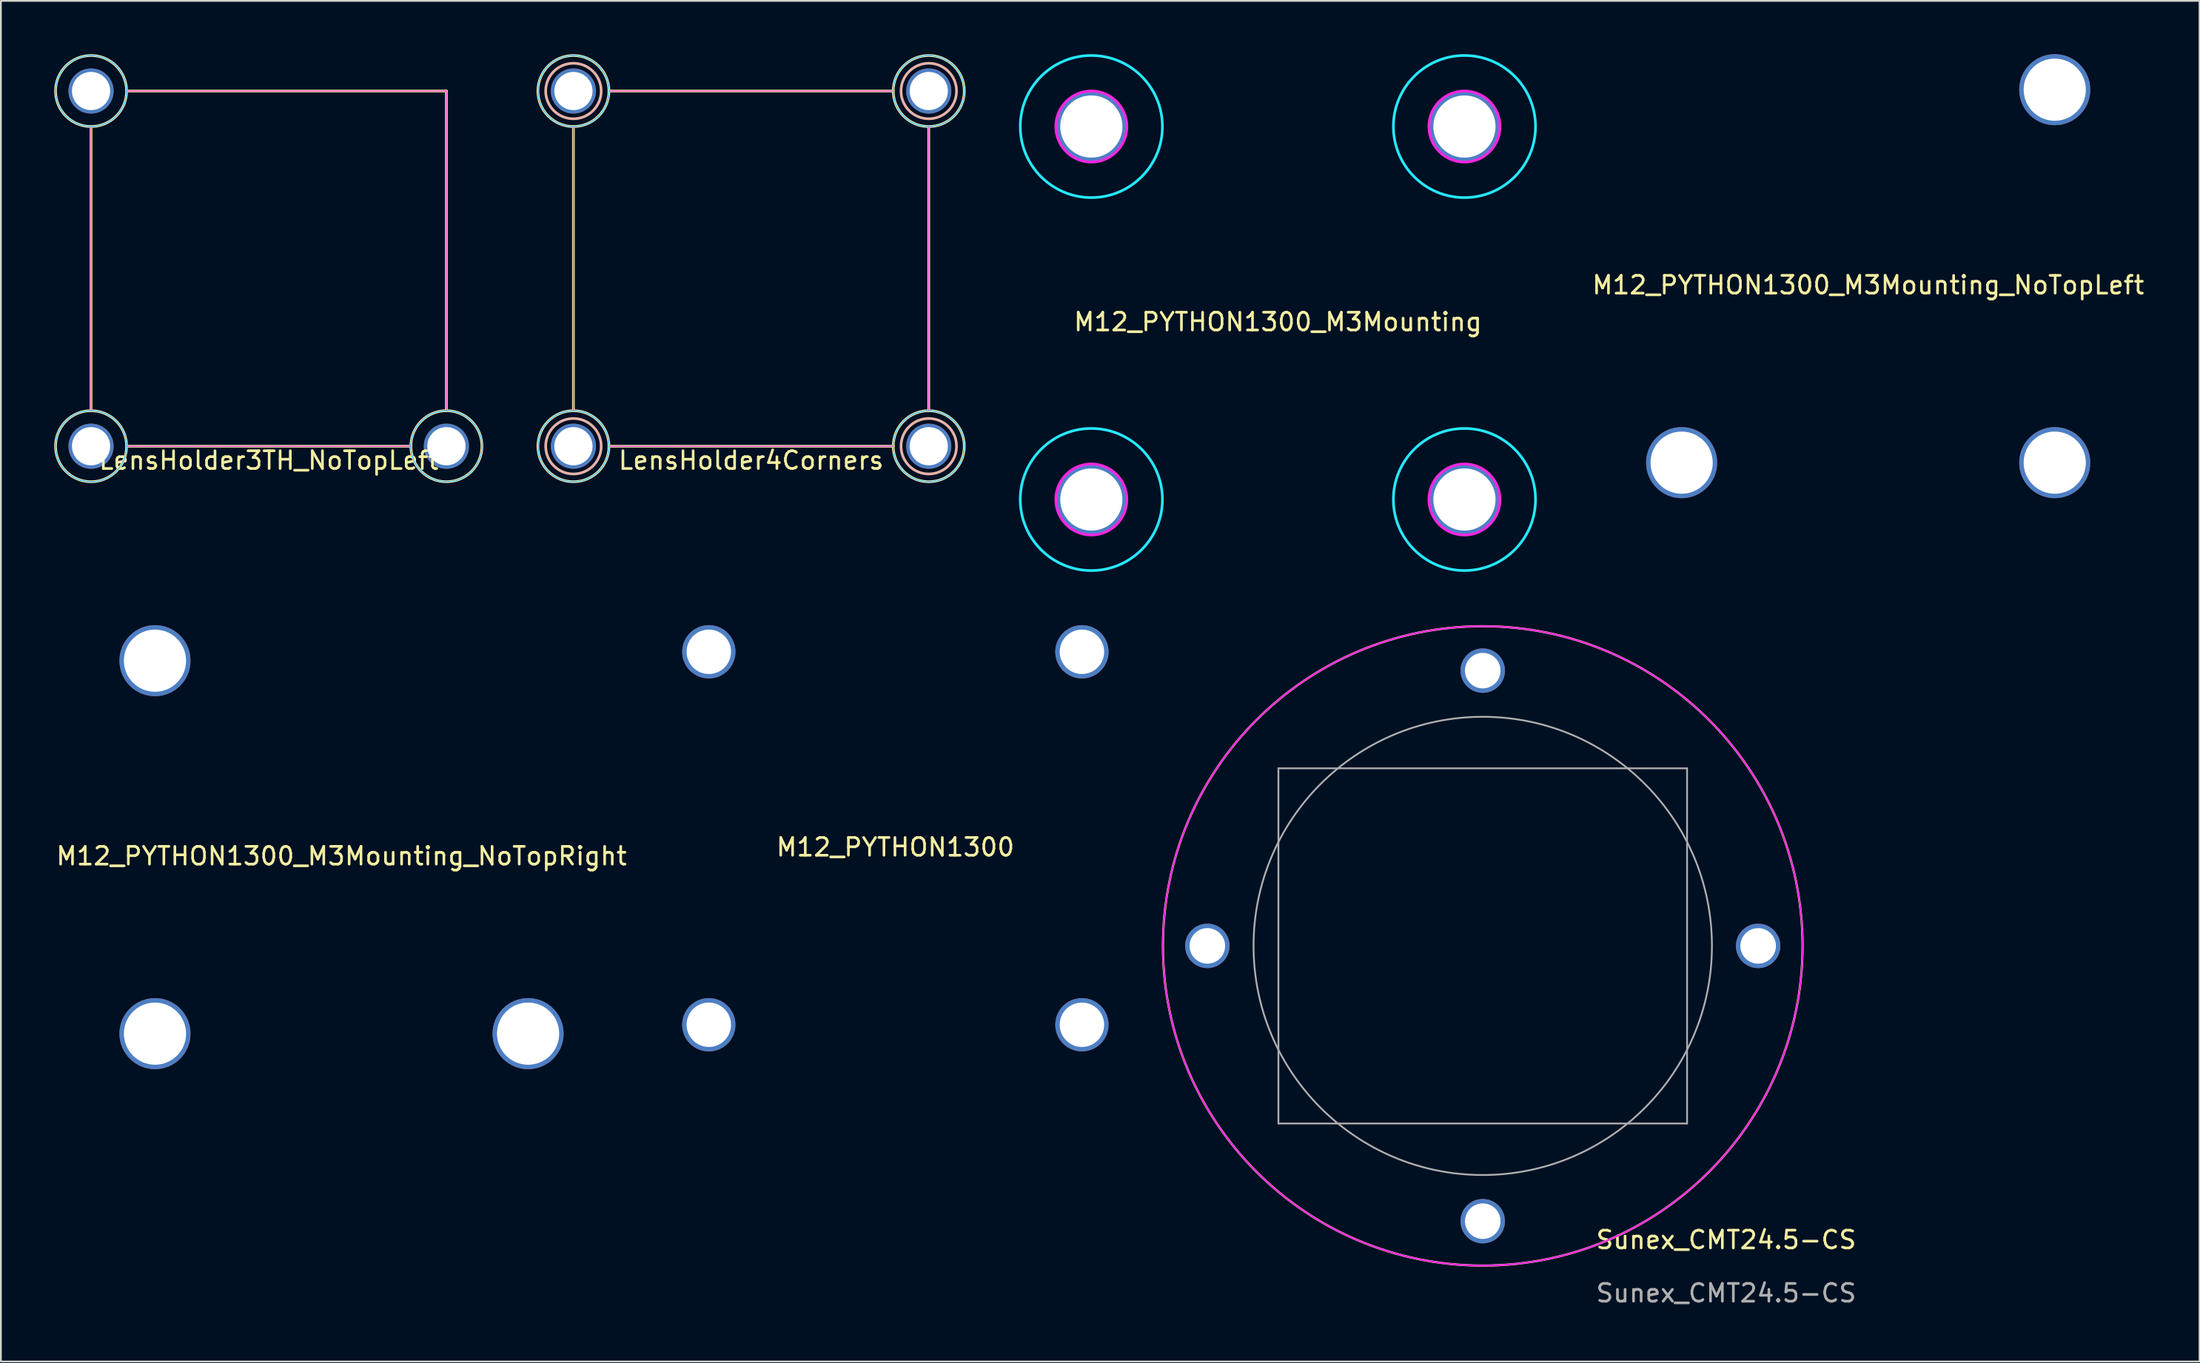
<source format=kicad_pcb>
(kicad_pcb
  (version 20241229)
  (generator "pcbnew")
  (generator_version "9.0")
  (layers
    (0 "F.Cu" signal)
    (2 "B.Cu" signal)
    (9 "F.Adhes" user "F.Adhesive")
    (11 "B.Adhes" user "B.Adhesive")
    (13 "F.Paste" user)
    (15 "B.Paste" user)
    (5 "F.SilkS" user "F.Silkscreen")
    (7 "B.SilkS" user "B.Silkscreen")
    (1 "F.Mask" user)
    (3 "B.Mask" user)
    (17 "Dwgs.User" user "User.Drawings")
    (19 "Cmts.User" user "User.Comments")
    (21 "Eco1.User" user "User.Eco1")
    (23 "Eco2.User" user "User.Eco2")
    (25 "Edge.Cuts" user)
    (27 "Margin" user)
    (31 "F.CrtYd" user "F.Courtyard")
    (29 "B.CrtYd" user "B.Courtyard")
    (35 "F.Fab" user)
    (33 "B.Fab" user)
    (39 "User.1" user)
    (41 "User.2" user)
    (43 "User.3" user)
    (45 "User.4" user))
  (footprint "M12_PYTHON1300_M3Mounting_NoTopLeft"
    (layer "F.Cu")
    (at 102.099 12.5)
    (property "Reference" "M12_PYTHON1300_M3Mounting_NoTopLeft" (at 0 0.5 0) (layer "F.SilkS") (effects (font (size 1 1) (thickness 0.15))))
    (attr through_hole)
    (pad "1" thru_hole circle (at -10.5 10.5) (size 4 4) (drill 3.5) (layers "*.Cu" "*.Mask"))
    (pad "1" thru_hole circle (at 10.5 -10.5) (size 4 4) (drill 3.5) (layers "*.Cu" "*.Mask"))
    (pad "1" thru_hole circle (at 10.5 10.5) (size 4 4) (drill 3.5) (layers "*.Cu" "*.Mask")))
  (footprint "LensHolder4Corners"
    (layer "F.Cu")
    (at 39.225 12.075)
    (property "Reference" "LensHolder4Corners" (at 0 10.8 0) (layer "F.SilkS") (effects (font (size 1 1) (thickness 0.15))))
    (attr through_hole)
    (fp_line (start -10 8) (end -10 -8) (stroke (width 0.15) (type solid)) (layer "F.SilkS"))
    (fp_line (start -8 -10) (end 8 -10) (stroke (width 0.15) (type solid)) (layer "F.SilkS"))
    (fp_line (start -8 10) (end 8 10) (stroke (width 0.15) (type solid)) (layer "F.SilkS"))
    (fp_line (start 10 8) (end 10 -7.9) (stroke (width 0.15) (type solid)) (layer "F.SilkS"))
    (fp_circle (center -10 -10) (end -12 -10) (stroke (width 0.15) (type solid)) (fill no) (layer "F.SilkS"))
    (fp_circle (center -10 10) (end -12 10) (stroke (width 0.15) (type solid)) (fill no) (layer "F.SilkS"))
    (fp_circle (center 10 -10) (end 8 -10) (stroke (width 0.15) (type solid)) (fill no) (layer "F.SilkS"))
    (fp_circle (center 10 10) (end 8 10) (stroke (width 0.15) (type solid)) (fill no) (layer "F.SilkS"))
    (fp_circle (center -10 -10) (end -11 -11.2) (stroke (width 0.15) (type solid)) (fill no) (layer "B.SilkS"))
    (fp_circle (center -10 10) (end -11 8.8) (stroke (width 0.15) (type solid)) (fill no) (layer "B.SilkS"))
    (fp_circle (center 10 -10) (end 9 -11.2) (stroke (width 0.15) (type solid)) (fill no) (layer "B.SilkS"))
    (fp_circle (center 10 10) (end 9 8.8) (stroke (width 0.15) (type solid)) (fill no) (layer "B.SilkS"))
    (fp_circle (center -10 -10) (end -12 -10) (stroke (width 0.05) (type solid)) (fill no) (layer "B.CrtYd"))
    (fp_circle (center -10 10) (end -12 10) (stroke (width 0.05) (type solid)) (fill no) (layer "B.CrtYd"))
    (fp_circle (center 10 -10) (end 8 -10) (stroke (width 0.05) (type solid)) (fill no) (layer "B.CrtYd"))
    (fp_circle (center 10 10) (end 8 10) (stroke (width 0.05) (type solid)) (fill no) (layer "B.CrtYd"))
    (fp_line (start -10 8) (end -10 -8) (stroke (width 0.05) (type solid)) (layer "F.CrtYd"))
    (fp_line (start -8 -10) (end 8 -10) (stroke (width 0.05) (type solid)) (layer "F.CrtYd"))
    (fp_line (start -8 10) (end 8 10) (stroke (width 0.05) (type solid)) (layer "F.CrtYd"))
    (fp_line (start 10 8) (end 10 -8) (stroke (width 0.05) (type solid)) (layer "F.CrtYd"))
    (fp_circle (center -10 -10) (end -12 -10) (stroke (width 0.05) (type solid)) (fill no) (layer "F.CrtYd"))
    (fp_circle (center -10 10) (end -12 10) (stroke (width 0.05) (type solid)) (fill no) (layer "F.CrtYd"))
    (fp_circle (center 10 -10) (end 8 -10) (stroke (width 0.05) (type solid)) (fill no) (layer "F.CrtYd"))
    (fp_circle (center 10 10) (end 8 10) (stroke (width 0.05) (type solid)) (fill no) (layer "F.CrtYd"))
    (pad "HOLE" thru_hole circle (at -10 -10) (size 2.54 2.54) (drill 2.15) (layers "*.Cu" "*.Mask"))
    (pad "HOLE" thru_hole circle (at -10 10) (size 2.54 2.54) (drill 2.15) (layers "*.Cu" "*.Mask"))
    (pad "HOLE" thru_hole circle (at 10 -10) (size 2.54 2.54) (drill 2.15) (layers "*.Cu" "*.Mask"))
    (pad "HOLE" thru_hole circle (at 10 10) (size 2.54 2.54) (drill 2.15) (layers "*.Cu" "*.Mask")))
  (footprint "M12_PYTHON1300_M3Mounting"
    (layer "F.Cu")
    (at 68.875 14.575)
    (property "Reference" "M12_PYTHON1300_M3Mounting" (at 0 0.5 0) (layer "F.SilkS") (effects (font (size 1 1) (thickness 0.15))))
    (attr through_hole)
    (fp_circle (center -10.5 -10.5) (end -6.5 -10.5) (stroke (width 0.15) (type solid)) (fill no) (layer "B.CrtYd"))
    (fp_circle (center -10.5 10.5) (end -6.5 10.5) (stroke (width 0.15) (type solid)) (fill no) (layer "B.CrtYd"))
    (fp_circle (center 10.5 -10.5) (end 14.5 -10.5) (stroke (width 0.15) (type solid)) (fill no) (layer "B.CrtYd"))
    (fp_circle (center 10.5 10.5) (end 14.5 10.5) (stroke (width 0.15) (type solid)) (fill no) (layer "B.CrtYd"))
    (fp_circle (center -10.5 -10.5) (end -8.5 -10.5) (stroke (width 0.15) (type solid)) (fill no) (layer "F.CrtYd"))
    (fp_circle (center -10.5 10.5) (end -8.5 10.5) (stroke (width 0.15) (type solid)) (fill no) (layer "F.CrtYd"))
    (fp_circle (center 10.5 -10.5) (end 12.5 -10.5) (stroke (width 0.15) (type solid)) (fill no) (layer "F.CrtYd"))
    (fp_circle (center 10.5 10.5) (end 12.5 10.5) (stroke (width 0.15) (type solid)) (fill no) (layer "F.CrtYd"))
    (pad "1" thru_hole circle (at -10.5 -10.5) (size 4 4) (drill 3.5) (layers "*.Cu" "*.Mask"))
    (pad "1" thru_hole circle (at -10.5 10.5) (size 4 4) (drill 3.5) (layers "*.Cu" "*.Mask"))
    (pad "1" thru_hole circle (at 10.5 -10.5) (size 4 4) (drill 3.5) (layers "*.Cu" "*.Mask"))
    (pad "1" thru_hole circle (at 10.5 10.5) (size 4 4) (drill 3.5) (layers "*.Cu" "*.Mask")))
  (footprint "LensHolder3TH_NoTopLeft"
    (layer "F.Cu")
    (at 12.075 12.075)
    (property "Reference" "LensHolder3TH_NoTopLeft" (at 0 10.8 0) (layer "F.SilkS") (effects (font (size 1 1) (thickness 0.15))))
    (attr through_hole)
    (fp_line (start -10 8) (end -10 -8) (stroke (width 0.15) (type solid)) (layer "F.SilkS"))
    (fp_line (start -8 -10) (end 10 -10) (stroke (width 0.15) (type solid)) (layer "F.SilkS"))
    (fp_line (start -8 10) (end 8 10) (stroke (width 0.15) (type solid)) (layer "F.SilkS"))
    (fp_line (start 10 8) (end 10 -10) (stroke (width 0.15) (type solid)) (layer "F.SilkS"))
    (fp_circle (center -10 -10) (end -12 -10) (stroke (width 0.15) (type solid)) (fill no) (layer "F.SilkS"))
    (fp_circle (center -10 10) (end -12 10) (stroke (width 0.15) (type solid)) (fill no) (layer "F.SilkS"))
    (fp_circle (center 10 10) (end 8 10) (stroke (width 0.15) (type solid)) (fill no) (layer "F.SilkS"))
    (fp_circle (center -10 -10) (end -12 -10) (stroke (width 0.05) (type solid)) (fill no) (layer "B.CrtYd"))
    (fp_circle (center -10 10) (end -12 10) (stroke (width 0.05) (type solid)) (fill no) (layer "B.CrtYd"))
    (fp_circle (center 10 10) (end 8 10) (stroke (width 0.05) (type solid)) (fill no) (layer "B.CrtYd"))
    (fp_line (start -10 8) (end -10 -8) (stroke (width 0.05) (type solid)) (layer "F.CrtYd"))
    (fp_line (start -8 -10) (end 10 -10) (stroke (width 0.05) (type solid)) (layer "F.CrtYd"))
    (fp_line (start -8 10) (end 8 10) (stroke (width 0.05) (type solid)) (layer "F.CrtYd"))
    (fp_line (start 10 8) (end 10 -10) (stroke (width 0.05) (type solid)) (layer "F.CrtYd"))
    (fp_circle (center -10 -10) (end -12 -10) (stroke (width 0.05) (type solid)) (fill no) (layer "F.CrtYd"))
    (fp_circle (center -10 10) (end -12 10) (stroke (width 0.05) (type solid)) (fill no) (layer "F.CrtYd"))
    (fp_circle (center 10 10) (end 8 10) (stroke (width 0.05) (type solid)) (fill no) (layer "F.CrtYd"))
    (pad "HOLE" thru_hole circle (at -10 -10) (size 2.54 2.54) (drill 2.15) (layers "*.Cu" "*.Mask"))
    (pad "HOLE" thru_hole circle (at -10 10) (size 2.54 2.54) (drill 2.15) (layers "*.Cu" "*.Mask"))
    (pad "HOLE" thru_hole circle (at 10 10) (size 2.54 2.54) (drill 2.15) (layers "*.Cu" "*.Mask")))
  (footprint "Sunex_CMT24.5-CS"
    (layer "F.Cu")
    (at 80.405 50.21)
    (property "Reference" "Sunex_CMT24.5-CS" (at 13.7 16.55 0) (unlocked yes) (layer "F.SilkS") (effects (font (size 1 1) (thickness 0.15))))
    (attr through_hole)
    (fp_circle (center 0 0) (end 18 0) (stroke (width 0.12) (type solid)) (fill no) (layer "F.SilkS"))
    (fp_circle (center 0 0) (end 18 0) (stroke (width 0.1) (type solid)) (fill no) (layer "F.CrtYd"))
    (fp_line (start -11.5 -10) (end 11.5 -10) (stroke (width 0.1) (type solid)) (layer "F.Fab"))
    (fp_line (start -11.5 10) (end -11.5 -10) (stroke (width 0.1) (type solid)) (layer "F.Fab"))
    (fp_line (start -11.5 10) (end 11.5 10) (stroke (width 0.1) (type solid)) (layer "F.Fab"))
    (fp_line (start 11.5 10) (end 11.5 -10) (stroke (width 0.1) (type solid)) (layer "F.Fab"))
    (fp_circle (center 0 0) (end 12.9 0) (stroke (width 0.1) (type solid)) (fill no) (layer "F.Fab"))
    (fp_text user "${REFERENCE}" (at 13.7 19.55 0) (unlocked yes) (layer "F.Fab") (effects (font (size 1 1) (thickness 0.15))))
    (pad "1" thru_hole circle (at 0 -15.5) (size 2.5 2.5) (drill 2) (layers "*.Cu" "*.Mask"))
    (pad "2" thru_hole circle (at 15.5 0) (size 2.5 2.5) (drill 2) (layers "*.Cu" "*.Mask"))
    (pad "3" thru_hole circle (at 0 15.5) (size 2.5 2.5) (drill 2) (layers "*.Cu" "*.Mask"))
    (pad "4" thru_hole circle (at -15.5 0) (size 2.5 2.5) (drill 2) (layers "*.Cu" "*.Mask")))
  (footprint "M12_PYTHON1300"
    (layer "F.Cu")
    (at 47.345 44.15)
    (property "Reference" "M12_PYTHON1300" (at 0 0.5 0) (layer "F.SilkS") (effects (font (size 1 1) (thickness 0.15))))
    (attr through_hole)
    (pad "1" thru_hole circle (at -10.5 -10.5) (size 3 3) (drill 2.5) (layers "*.Cu" "*.Mask"))
    (pad "1" thru_hole circle (at -10.5 10.5) (size 3 3) (drill 2.5) (layers "*.Cu" "*.Mask"))
    (pad "1" thru_hole circle (at 10.5 -10.5) (size 3 3) (drill 2.5) (layers "*.Cu" "*.Mask"))
    (pad "1" thru_hole circle (at 10.5 10.5) (size 3 3) (drill 2.5) (layers "*.Cu" "*.Mask")))
  (footprint "M12_PYTHON1300_M3Mounting_NoTopRight"
    (layer "F.Cu")
    (at 16.173 44.65)
    (property "Reference" "M12_PYTHON1300_M3Mounting_NoTopRight" (at 0 0.5 0) (layer "F.SilkS") (effects (font (size 1 1) (thickness 0.15))))
    (attr through_hole)
    (pad "1" thru_hole circle (at -10.5 -10.5) (size 4 4) (drill 3.5) (layers "*.Cu" "*.Mask"))
    (pad "1" thru_hole circle (at -10.5 10.5) (size 4 4) (drill 3.5) (layers "*.Cu" "*.Mask"))
    (pad "1" thru_hole circle (at 10.5 10.5) (size 4 4) (drill 3.5) (layers "*.Cu" "*.Mask")))
  (gr_rect
    (start -3 -3)
    (end 120.748 73.608)
    (stroke (width 0.1) (type default))
    (fill no)
    (layer "Edge.Cuts")))
</source>
